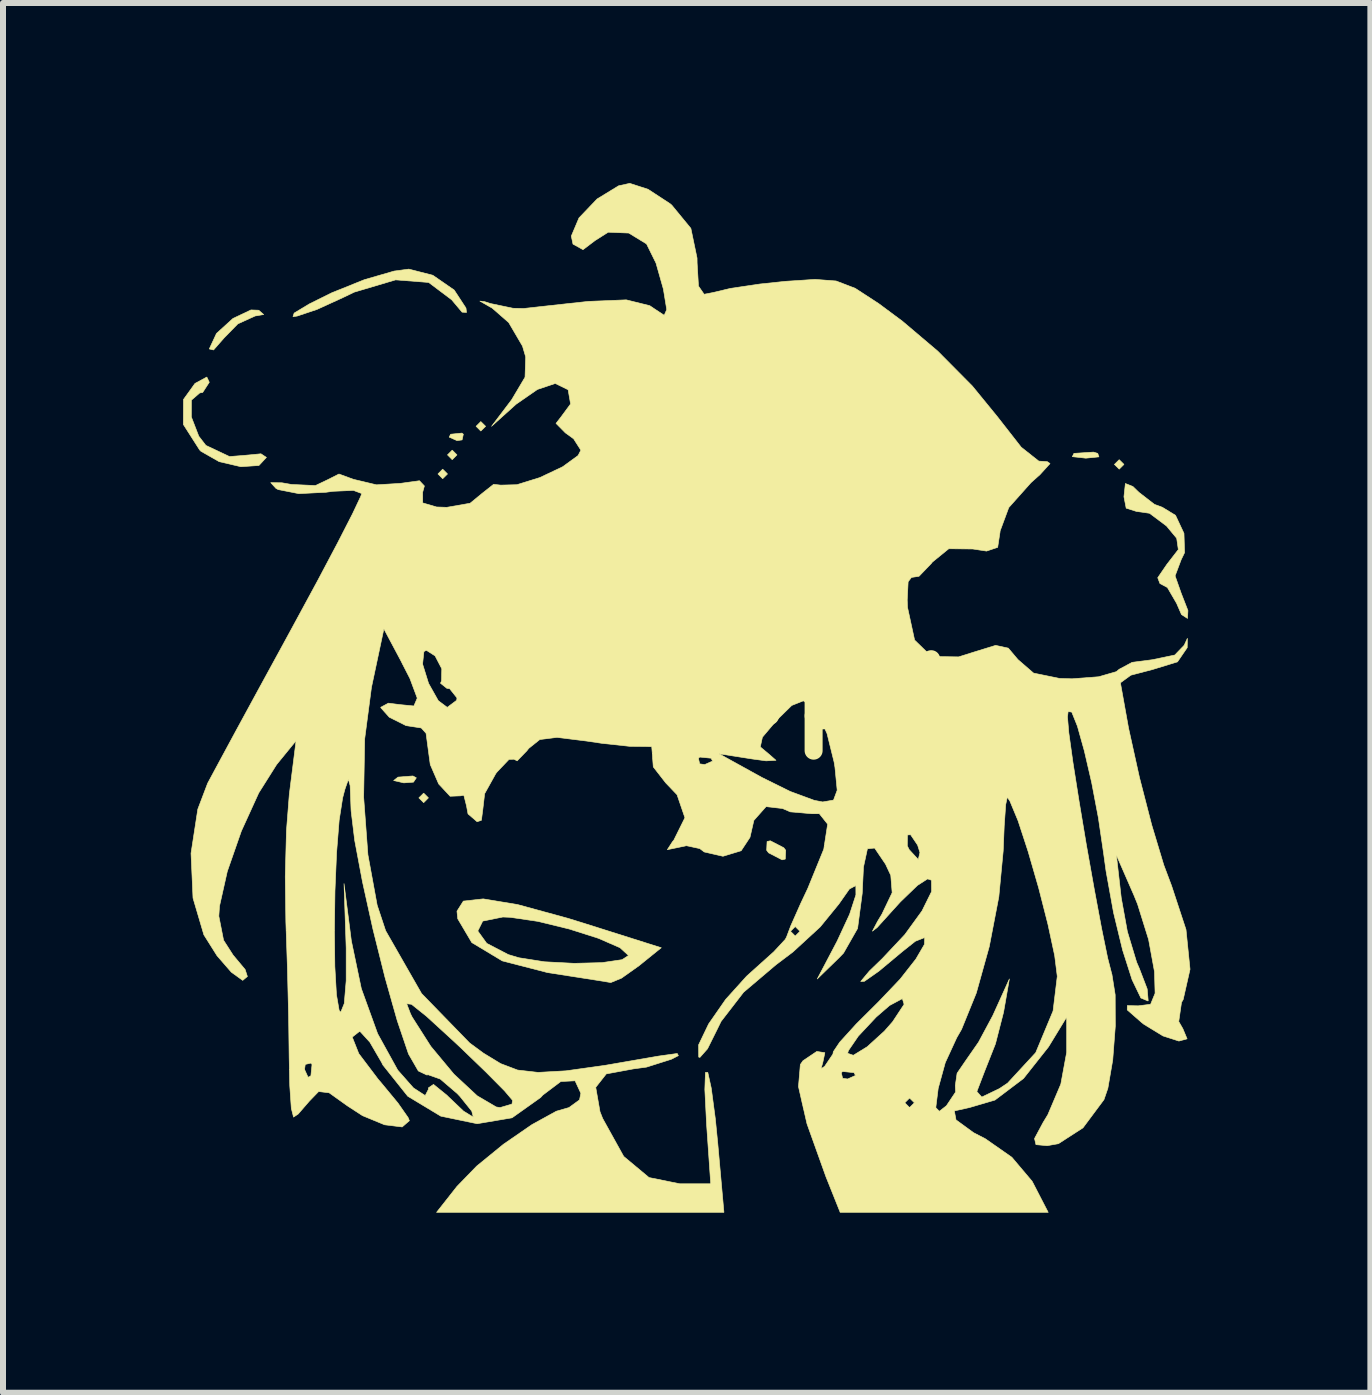
<source format=kicad_pcb>
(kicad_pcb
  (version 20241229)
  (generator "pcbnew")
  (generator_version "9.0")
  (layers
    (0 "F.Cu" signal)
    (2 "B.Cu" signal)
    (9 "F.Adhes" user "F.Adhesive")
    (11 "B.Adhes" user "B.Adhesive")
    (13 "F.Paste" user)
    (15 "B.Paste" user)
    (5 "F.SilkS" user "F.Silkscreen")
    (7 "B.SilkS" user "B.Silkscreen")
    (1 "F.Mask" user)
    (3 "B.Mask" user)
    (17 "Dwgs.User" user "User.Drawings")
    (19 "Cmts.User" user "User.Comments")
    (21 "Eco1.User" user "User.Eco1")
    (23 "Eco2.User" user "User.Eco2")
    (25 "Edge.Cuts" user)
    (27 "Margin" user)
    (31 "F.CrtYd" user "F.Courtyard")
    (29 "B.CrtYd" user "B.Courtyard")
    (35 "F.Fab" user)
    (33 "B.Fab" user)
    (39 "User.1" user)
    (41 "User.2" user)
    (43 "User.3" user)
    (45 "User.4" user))
  (footprint "Sheepy"
    (layer "F.Cu")
    (at 8.692 8.26)
    (property "Reference" "Sheepy" (at 0 0 0) (layer "F.SilkS") (effects (font (size 1.524 1.524) (thickness 0.3))))
    (attr through_hole)
    (fp_poly (pts (xy -4.604 1.984) (xy -4.683 2.064) (xy -4.763 1.984) (xy -4.683 1.905) (xy -4.604 1.984)) (stroke (width 0.01) (type solid)) (fill yes) (layer "F.SilkS"))
    (fp_poly (pts (xy -4.286 -3.413) (xy -4.366 -3.334) (xy -4.445 -3.413) (xy -4.366 -3.493) (xy -4.286 -3.413)) (stroke (width 0.01) (type solid)) (fill yes) (layer "F.SilkS"))
    (fp_poly (pts (xy -4.128 -3.731) (xy -4.207 -3.651) (xy -4.286 -3.731) (xy -4.207 -3.81) (xy -4.128 -3.731)) (stroke (width 0.01) (type solid)) (fill yes) (layer "F.SilkS"))
    (fp_poly (pts (xy -3.651 -4.207) (xy -3.731 -4.128) (xy -3.81 -4.207) (xy -3.731 -4.286) (xy -3.651 -4.207)) (stroke (width 0.01) (type solid)) (fill yes) (layer "F.SilkS"))
    (fp_poly (pts (xy 6.985 -3.572) (xy 6.906 -3.493) (xy 6.826 -3.572) (xy 6.906 -3.651) (xy 6.985 -3.572)) (stroke (width 0.01) (type solid)) (fill yes) (layer "F.SilkS"))
    (fp_poly (pts (xy -4.805 1.65) (xy -4.853 1.722) (xy -5.014 1.734) (xy -5.183 1.695) (xy -5.11 1.638) (xy -4.862 1.619) (xy -4.805 1.65)) (stroke (width 0.01) (type solid)) (fill yes) (layer "F.SilkS"))
    (fp_poly (pts (xy -4.022 -4.075) (xy -4.043 -3.98) (xy -4.128 -3.969) (xy -4.258 -4.027) (xy -4.233 -4.075) (xy -4.045 -4.094) (xy -4.022 -4.075)) (stroke (width 0.01) (type solid)) (fill yes) (layer "F.SilkS"))
    (fp_poly (pts (xy 6.548 -3.756) (xy 6.568 -3.698) (xy 6.35 -3.676) (xy 6.125 -3.701) (xy 6.152 -3.756) (xy 6.477 -3.777) (xy 6.548 -3.756)) (stroke (width 0.01) (type solid)) (fill yes) (layer "F.SilkS"))
    (fp_poly (pts (xy 1.317 2.815) (xy 1.349 2.857) (xy 1.342 3.004) (xy 1.289 3.016) (xy 1.064 2.9) (xy 1.032 2.857) (xy 1.039 2.711) (xy 1.093 2.699) (xy 1.317 2.815)) (stroke (width 0.01) (type solid)) (fill yes) (layer "F.SilkS"))
    (fp_poly (pts (xy -7.431 -6.141) (xy -7.349 -6.069) (xy -7.492 -6.045) (xy -7.779 -5.914) (xy -8.008 -5.68) (xy -8.184 -5.479) (xy -8.255 -5.496) (xy -8.135 -5.754) (xy -7.86 -6.004) (xy -7.56 -6.146) (xy -7.431 -6.141)) (stroke (width 0.01) (type solid)) (fill yes) (layer "F.SilkS"))
    (fp_poly (pts (xy -4.531 -6.724) (xy -4.174 -6.477) (xy -3.978 -6.177) (xy -3.969 -6.104) (xy -4.043 -6.109) (xy -4.216 -6.315) (xy -4.6 -6.604) (xy -5.151 -6.647) (xy -5.838 -6.443) (xy -6.032 -6.35) (xy -6.461 -6.154) (xy -6.79 -6.044) (xy -6.86 -6.034) (xy -6.841 -6.093) (xy -6.588 -6.246) (xy -6.215 -6.431) (xy -5.671 -6.65) (xy -5.173 -6.794) (xy -4.93 -6.826) (xy -4.531 -6.724)) (stroke (width 0.01) (type solid)) (fill yes) (layer "F.SilkS"))
    (fp_poly (pts (xy -8.255 -4.941) (xy -8.365 -4.771) (xy -8.414 -4.763) (xy -8.553 -4.643) (xy -8.554 -4.363) (xy -8.43 -4.042) (xy -8.312 -3.889) (xy -7.918 -3.703) (xy -7.677 -3.722) (xy -7.394 -3.749) (xy -7.303 -3.689) (xy -7.428 -3.554) (xy -7.729 -3.534) (xy -8.09 -3.618) (xy -8.394 -3.791) (xy -8.415 -3.812) (xy -8.687 -4.238) (xy -8.685 -4.654) (xy -8.493 -4.921) (xy -8.296 -5.028) (xy -8.255 -4.941)) (stroke (width 0.01) (type solid)) (fill yes) (layer "F.SilkS"))
    (fp_poly (pts (xy 7.134 -3.204) (xy 7.234 -3.107) (xy 7.492 -2.907) (xy 7.626 -2.857) (xy 7.844 -2.724) (xy 7.985 -2.423) (xy 7.995 -2.102) (xy 7.938 -1.984) (xy 7.837 -1.715) (xy 7.939 -1.425) (xy 8.051 -1.137) (xy 8.044 -1.006) (xy 7.944 -1.07) (xy 7.862 -1.258) (xy 7.709 -1.521) (xy 7.585 -1.587) (xy 7.548 -1.684) (xy 7.699 -1.905) (xy 7.891 -2.153) (xy 7.864 -2.341) (xy 7.694 -2.546) (xy 7.411 -2.758) (xy 7.193 -2.789) (xy 7.022 -2.843) (xy 6.985 -3.033) (xy 7.009 -3.254) (xy 7.134 -3.204)) (stroke (width 0.01) (type solid)) (fill yes) (layer "F.SilkS"))
    (fp_poly (pts (xy -3.117 3.762) (xy -2.279 3.991) (xy -2.037 4.066) (xy -0.724 4.481) (xy -1.094 4.78) (xy -1.387 4.988) (xy -1.565 5.061) (xy -1.765 5.028) (xy -2.181 4.963) (xy -2.619 4.895) (xy -3.373 4.7) (xy -3.881 4.395) (xy -3.995 4.202) (xy -3.781 4.202) (xy -3.632 4.408) (xy -3.273 4.595) (xy -3.096 4.648) (xy -2.67 4.715) (xy -2.175 4.741) (xy -1.711 4.729) (xy -1.377 4.68) (xy -1.27 4.61) (xy -1.411 4.481) (xy -1.771 4.324) (xy -2.258 4.169) (xy -2.778 4.042) (xy -3.239 3.974) (xy -3.363 3.969) (xy -3.699 4.037) (xy -3.781 4.202) (xy -3.995 4.202) (xy -4.115 3.999) (xy -4.128 3.872) (xy -4.022 3.704) (xy -3.691 3.667) (xy -3.117 3.762)) (stroke (width 0.01) (type solid)) (fill yes) (layer "F.SilkS"))
    (fp_poly (pts (xy -0.944 -8.156) (xy -0.577 -7.916) (xy -0.549 -7.892) (xy -0.231 -7.505) (xy -0.128 -7.01) (xy -0.127 -6.929) (xy -0.104 -6.543) (xy -0.01 -6.407) (xy 0.135 -6.435) (xy 0.43 -6.505) (xy 0.92 -6.578) (xy 1.349 -6.623) (xy 1.839 -6.655) (xy 2.19 -6.628) (xy 2.508 -6.506) (xy 2.897 -6.253) (xy 3.294 -5.958) (xy 3.883 -5.459) (xy 4.458 -4.879) (xy 4.874 -4.37) (xy 5.273 -3.859) (xy 5.566 -3.627) (xy 5.708 -3.618) (xy 5.753 -3.586) (xy 5.586 -3.402) (xy 5.437 -3.269) (xy 5.066 -2.853) (xy 4.921 -2.462) (xy 4.921 -2.45) (xy 4.881 -2.19) (xy 4.695 -2.128) (xy 4.465 -2.163) (xy 4.066 -2.167) (xy 3.792 -1.944) (xy 3.776 -1.922) (xy 3.57 -1.708) (xy 3.444 -1.689) (xy 3.389 -1.616) (xy 3.374 -1.313) (xy 3.379 -1.189) (xy 3.497 -0.645) (xy 3.778 -0.372) (xy 4.23 -0.365) (xy 4.481 -0.444) (xy 4.847 -0.557) (xy 5.058 -0.511) (xy 5.218 -0.321) (xy 5.479 -0.095) (xy 5.913 -0.006) (xy 6.122 0) (xy 6.564 -0.034) (xy 6.858 -0.119) (xy 6.906 -0.159) (xy 7.121 -0.274) (xy 7.459 -0.318) (xy 7.832 -0.396) (xy 7.989 -0.559) (xy 8.042 -0.674) (xy 8.039 -0.519) (xy 7.877 -0.282) (xy 7.459 -0.154) (xy 7.1 -0.06) (xy 6.931 0.063) (xy 6.929 0.084) (xy 7.062 0.824) (xy 7.243 1.643) (xy 7.448 2.437) (xy 7.648 3.101) (xy 7.779 3.45) (xy 8.019 4.179) (xy 8.086 4.84) (xy 7.972 5.344) (xy 7.944 5.392) (xy 7.898 5.711) (xy 7.966 5.829) (xy 8.037 5.999) (xy 7.901 6.036) (xy 7.636 5.951) (xy 7.318 5.757) (xy 7.28 5.727) (xy 7.04 5.517) (xy 7.041 5.445) (xy 7.223 5.449) (xy 7.429 5.423) (xy 7.504 5.24) (xy 7.494 4.88) (xy 7.396 4.345) (xy 7.212 3.755) (xy 7.153 3.61) (xy 6.859 2.937) (xy 6.94 3.651) (xy 7.042 4.212) (xy 7.196 4.722) (xy 7.242 4.828) (xy 7.372 5.167) (xy 7.389 5.363) (xy 7.385 5.368) (xy 7.267 5.318) (xy 7.121 5.015) (xy 6.963 4.521) (xy 6.812 3.897) (xy 6.687 3.205) (xy 6.646 2.908) (xy 6.559 2.316) (xy 6.447 1.728) (xy 6.325 1.201) (xy 6.21 0.79) (xy 6.115 0.554) (xy 6.055 0.547) (xy 6.044 0.635) (xy 6.066 0.897) (xy 6.135 1.392) (xy 6.238 2.044) (xy 6.36 2.774) (xy 6.49 3.504) (xy 6.612 4.157) (xy 6.714 4.654) (xy 6.782 4.918) (xy 6.784 4.921) (xy 6.839 5.266) (xy 6.841 5.788) (xy 6.798 6.352) (xy 6.717 6.823) (xy 6.652 7.012) (xy 6.302 7.482) (xy 5.893 7.746) (xy 5.706 7.779) (xy 5.519 7.762) (xy 5.495 7.66) (xy 5.638 7.393) (xy 5.717 7.263) (xy 5.933 6.754) (xy 6.031 6.222) (xy 6.031 6.191) (xy 6.031 5.636) (xy 5.728 6.133) (xy 5.311 6.66) (xy 4.836 7.019) (xy 4.41 7.144) (xy 4.159 7.2) (xy 4.187 7.349) (xy 4.48 7.563) (xy 4.676 7.664) (xy 5.117 7.972) (xy 5.454 8.371) (xy 5.474 8.408) (xy 5.723 8.89) (xy 2.257 8.89) (xy 2.019 8.295) (xy 1.704 7.415) (xy 1.642 7.145) (xy 3.85 7.145) (xy 3.909 7.206) (xy 4.027 7.114) (xy 4.18 6.885) (xy 4.175 6.777) (xy 4.205 6.572) (xy 4.336 6.38) (xy 4.562 6.055) (xy 4.799 5.613) (xy 4.825 5.556) (xy 5.076 5.001) (xy 4.979 5.556) (xy 4.844 6.082) (xy 4.66 6.548) (xy 4.534 6.877) (xy 4.616 6.969) (xy 4.91 6.828) (xy 5.046 6.737) (xy 5.515 6.229) (xy 5.804 5.535) (xy 5.874 4.957) (xy 5.831 4.613) (xy 5.719 4.092) (xy 5.564 3.484) (xy 5.389 2.879) (xy 5.221 2.366) (xy 5.084 2.036) (xy 5.041 1.973) (xy 5.015 2.095) (xy 4.99 2.451) (xy 4.973 2.868) (xy 4.9 3.634) (xy 4.741 4.461) (xy 4.525 5.235) (xy 4.279 5.841) (xy 4.199 5.98) (xy 4.008 6.395) (xy 3.89 6.824) (xy 3.85 7.145) (xy 1.642 7.145) (xy 1.623 7.064) (xy 3.334 7.064) (xy 3.413 7.144) (xy 3.493 7.064) (xy 3.413 6.985) (xy 3.334 7.064) (xy 1.623 7.064) (xy 1.562 6.794) (xy 1.582 6.562) (xy 2.275 6.562) (xy 2.297 6.656) (xy 2.381 6.668) (xy 2.512 6.609) (xy 2.487 6.562) (xy 2.299 6.543) (xy 2.275 6.562) (xy 1.582 6.562) (xy 1.593 6.427) (xy 1.636 6.365) (xy 1.867 6.209) (xy 2.002 6.23) (xy 1.968 6.39) (xy 1.937 6.499) (xy 1.999 6.456) (xy 2.136 6.253) (xy 2.138 6.24) (xy 2.381 6.24) (xy 2.476 6.273) (xy 2.707 6.131) (xy 2.993 5.871) (xy 3.13 5.715) (xy 3.322 5.424) (xy 3.293 5.329) (xy 3.08 5.443) (xy 2.857 5.636) (xy 2.559 5.954) (xy 2.394 6.195) (xy 2.381 6.24) (xy 2.138 6.24) (xy 2.143 6.213) (xy 2.249 6.055) (xy 2.527 5.749) (xy 2.897 5.381) (xy 3.256 5.004) (xy 3.518 4.67) (xy 3.661 4.425) (xy 3.665 4.311) (xy 3.509 4.373) (xy 3.294 4.544) (xy 2.902 4.871) (xy 2.661 5.04) (xy 2.599 5.043) (xy 2.743 4.87) (xy 2.959 4.661) (xy 3.334 4.262) (xy 3.62 3.868) (xy 3.78 3.545) (xy 3.778 3.356) (xy 3.713 3.334) (xy 3.545 3.442) (xy 3.261 3.716) (xy 3.139 3.85) (xy 2.873 4.144) (xy 2.794 4.205) (xy 2.88 4.041) (xy 2.952 3.922) (xy 3.123 3.564) (xy 3.1 3.275) (xy 3.013 3.089) (xy 2.831 2.82) (xy 2.711 2.832) (xy 2.645 3.137) (xy 2.624 3.576) (xy 2.547 4.159) (xy 2.313 4.57) (xy 2.243 4.643) (xy 1.875 5.001) (xy 2.208 4.368) (xy 2.414 3.923) (xy 2.519 3.6) (xy 2.518 3.445) (xy 2.411 3.502) (xy 2.234 3.754) (xy 1.924 4.134) (xy 1.468 4.553) (xy 1.187 4.765) (xy 0.648 5.222) (xy 0.272 5.709) (xy 0.213 5.83) (xy 0.047 6.164) (xy -0.08 6.308) (xy -0.1 6.303) (xy -0.102 6.099) (xy 0.065 5.751) (xy 0.349 5.342) (xy 0.697 4.956) (xy 0.828 4.838) (xy 1.151 4.548) (xy 1.342 4.342) (xy 1.363 4.303) (xy 1.399 4.207) (xy 1.429 4.207) (xy 1.508 4.286) (xy 1.587 4.207) (xy 1.508 4.128) (xy 1.429 4.207) (xy 1.399 4.207) (xy 1.434 4.115) (xy 1.599 3.743) (xy 1.717 3.493) (xy 1.984 2.838) (xy 1.992 2.783) (xy 3.375 2.783) (xy 3.407 2.847) (xy 3.558 3.011) (xy 3.586 2.895) (xy 3.547 2.771) (xy 3.43 2.598) (xy 3.378 2.602) (xy 3.375 2.783) (xy 1.992 2.783) (xy 2.048 2.422) (xy 1.91 2.248) (xy 1.786 2.248) (xy 1.426 2.217) (xy 1.296 2.161) (xy 1.022 2.13) (xy 0.819 2.359) (xy 0.754 2.642) (xy 0.607 2.865) (xy 0.304 2.957) (xy -0.009 2.885) (xy -0.082 2.829) (xy -0.305 2.781) (xy -0.452 2.812) (xy -0.623 2.847) (xy -0.535 2.711) (xy -0.516 2.69) (xy -0.33 2.315) (xy -0.461 1.932) (xy -0.65 1.734) (xy -0.857 1.468) (xy -0.868 1.323) (xy -0.106 1.323) (xy -0.084 1.417) (xy 0 1.429) (xy 0.131 1.371) (xy 0.106 1.323) (xy -0.083 1.304) (xy -0.106 1.323) (xy -0.868 1.323) (xy -0.872 1.268) (xy -0.873 1.249) (xy 0.238 1.249) (xy 0.953 1.644) (xy 1.424 1.877) (xy 1.825 2.025) (xy 1.965 2.052) (xy 2.146 2.021) (xy 2.207 1.857) (xy 2.17 1.476) (xy 2.156 1.389) (xy 2.038 0.913) (xy 1.874 0.552) (xy 1.823 0.487) (xy 1.643 0.367) (xy 1.45 0.444) (xy 1.206 0.683) (xy 0.961 0.973) (xy 0.926 1.135) (xy 1.08 1.264) (xy 1.081 1.265) (xy 1.187 1.358) (xy 1.022 1.367) (xy 0.794 1.336) (xy 0.238 1.249) (xy -0.873 1.249) (xy -0.883 1.131) (xy -0.976 1.128) (xy -1.251 1.125) (xy -1.707 1.076) (xy -1.97 1.037) (xy -2.461 0.976) (xy -2.748 1.012) (xy -2.933 1.16) (xy -2.963 1.199) (xy -3.125 1.367) (xy -3.179 1.34) (xy -3.261 1.343) (xy -3.458 1.55) (xy -3.48 1.578) (xy -3.667 1.914) (xy -3.697 2.173) (xy -3.721 2.358) (xy -3.793 2.381) (xy -3.944 2.251) (xy -3.969 2.117) (xy -4.014 1.939) (xy -4.067 1.95) (xy -4.242 1.957) (xy -4.433 1.752) (xy -4.573 1.429) (xy -4.604 1.202) (xy -4.643 0.908) (xy -4.723 0.819) (xy -4.977 0.78) (xy -5.256 0.64) (xy -5.397 0.482) (xy -5.397 0.474) (xy -5.271 0.406) (xy -5.08 0.43) (xy -4.846 0.453) (xy -4.79 0.322) (xy -4.912 -0.005) (xy -5.035 -0.245) (xy -4.701 -0.245) (xy -4.601 0.077) (xy -4.439 0.365) (xy -4.29 0.476) (xy -4.133 0.358) (xy -4.128 0.318) (xy -4.25 0.165) (xy -4.296 0.159) (xy -4.402 0.074) (xy -4.385 0.032) (xy -4.383 -0.079) (xy 1.746 -0.079) (xy 1.826 0) (xy 1.905 -0.079) (xy 1.826 -0.159) (xy 1.746 -0.079) (xy -4.383 -0.079) (xy -4.381 -0.167) (xy -4.493 -0.382) (xy -4.638 -0.475) (xy -4.679 -0.454) (xy -4.701 -0.245) (xy -5.035 -0.245) (xy -5.061 -0.297) (xy -5.346 -0.832) (xy -5.553 0.143) (xy -5.666 1.003) (xy -5.683 1.971) (xy -5.612 2.932) (xy -5.458 3.772) (xy -5.317 4.197) (xy -4.718 5.244) (xy -3.917 6.068) (xy -3.686 6.238) (xy -3.4 6.412) (xy -3.118 6.519) (xy -2.777 6.558) (xy -2.312 6.532) (xy -1.663 6.441) (xy -0.767 6.286) (xy -0.458 6.243) (xy -0.439 6.279) (xy -0.556 6.339) (xy -0.97 6.47) (xy -1.191 6.5) (xy -1.64 6.583) (xy -1.816 6.807) (xy -1.745 7.213) (xy -1.701 7.325) (xy -1.35 7.958) (xy -0.928 8.31) (xy -0.415 8.414) (xy 0.1 8.414) (xy 0.031 7.422) (xy 0.002 6.842) (xy 0.012 6.559) (xy 0.051 6.558) (xy 0.109 6.821) (xy 0.177 7.334) (xy 0.217 7.739) (xy 0.32 8.89) (xy -4.468 8.89) (xy -4.128 8.458) (xy -3.8 8.12) (xy -3.353 7.755) (xy -2.88 7.429) (xy -2.473 7.205) (xy -2.262 7.144) (xy -2.086 7.016) (xy -2.064 6.906) (xy -2.16 6.698) (xy -2.398 6.71) (xy -2.698 6.936) (xy -2.734 6.976) (xy -3.211 7.315) (xy -3.792 7.413) (xy -4.398 7.287) (xy -4.948 6.955) (xy -5.363 6.434) (xy -5.383 6.393) (xy -5.58 6.054) (xy -5.737 5.882) (xy -5.755 5.877) (xy -5.873 5.97) (xy -5.764 6.245) (xy -5.438 6.676) (xy -5.397 6.723) (xy -5.112 7.068) (xy -4.942 7.311) (xy -4.921 7.363) (xy -5.041 7.467) (xy -5.334 7.431) (xy -5.702 7.279) (xy -5.953 7.116) (xy -6.258 6.898) (xy -6.433 6.877) (xy -6.587 7.036) (xy -6.774 7.252) (xy -6.851 7.303) (xy -6.888 7.158) (xy -6.914 6.781) (xy -6.92 6.509) (xy -6.668 6.509) (xy -6.609 6.639) (xy -6.562 6.615) (xy -6.543 6.426) (xy -6.562 6.403) (xy -6.656 6.425) (xy -6.668 6.509) (xy -6.92 6.509) (xy -6.924 6.31) (xy -6.933 5.634) (xy -6.953 4.818) (xy -6.974 4.192) (xy -6.17 4.192) (xy -6.163 4.794) (xy -6.136 5.264) (xy -6.091 5.526) (xy -6.065 5.556) (xy -6.006 5.411) (xy -5.974 5.031) (xy -5.974 4.497) (xy -5.974 4.485) (xy -6.01 3.413) (xy -5.888 4.366) (xy -5.722 5.161) (xy -5.45 5.913) (xy -5.115 6.52) (xy -4.853 6.817) (xy -4.657 6.944) (xy -4.604 6.841) (xy -4.604 6.816) (xy -4.519 6.758) (xy -4.293 6.941) (xy -4.28 6.955) (xy -4.019 7.203) (xy -3.856 7.303) (xy -3.882 7.203) (xy -4.077 6.96) (xy -4.123 6.911) (xy -4.406 6.669) (xy -4.612 6.596) (xy -4.627 6.603) (xy -4.772 6.534) (xy -4.934 6.253) (xy -4.939 6.24) (xy -5.123 5.696) (xy -5.203 5.414) (xy -4.966 5.414) (xy -4.902 5.582) (xy -4.875 5.636) (xy -4.564 6.124) (xy -4.179 6.587) (xy -3.791 6.948) (xy -3.474 7.134) (xy -3.409 7.144) (xy -3.212 7.086) (xy -3.201 7.024) (xy -3.335 6.866) (xy -3.644 6.554) (xy -4.066 6.147) (xy -4.189 6.032) (xy -4.636 5.623) (xy -4.886 5.423) (xy -4.966 5.414) (xy -5.203 5.414) (xy -5.327 4.975) (xy -5.528 4.171) (xy -5.703 3.379) (xy -5.832 2.693) (xy -5.891 2.208) (xy -5.893 2.178) (xy -5.908 1.78) (xy -5.937 1.675) (xy -5.995 1.84) (xy -6.033 1.984) (xy -6.091 2.355) (xy -6.134 2.897) (xy -6.161 3.535) (xy -6.17 4.192) (xy -6.974 4.192) (xy -6.979 4.048) (xy -6.989 3.296) (xy -6.969 2.532) (xy -6.921 1.919) (xy -6.919 1.905) (xy -6.809 1.032) (xy -7.133 1.429) (xy -7.431 1.902) (xy -7.721 2.538) (xy -7.955 3.209) (xy -8.085 3.788) (xy -8.096 3.955) (xy -8.017 4.356) (xy -7.858 4.604) (xy -7.658 4.843) (xy -7.62 4.96) (xy -7.698 5.025) (xy -7.888 4.888) (xy -8.126 4.614) (xy -8.345 4.266) (xy -8.526 3.653) (xy -8.559 2.907) (xy -8.446 2.172) (xy -8.282 1.74) (xy -8.101 1.404) (xy -7.805 0.856) (xy -7.428 0.163) (xy -7.007 -0.608) (xy -6.853 -0.891) (xy -6.454 -1.627) (xy -6.117 -2.264) (xy -5.867 -2.752) (xy -5.732 -3.038) (xy -5.715 -3.087) (xy -5.853 -3.139) (xy -6.195 -3.124) (xy -6.31 -3.108) (xy -6.763 -3.085) (xy -7.107 -3.153) (xy -7.144 -3.173) (xy -7.231 -3.268) (xy -7.045 -3.266) (xy -6.885 -3.238) (xy -6.486 -3.22) (xy -6.28 -3.318) (xy -6.094 -3.412) (xy -5.855 -3.324) (xy -5.469 -3.232) (xy -5.071 -3.256) (xy -4.753 -3.3) (xy -4.671 -3.213) (xy -4.7 -3.108) (xy -4.699 -2.931) (xy -4.469 -2.863) (xy -4.298 -2.857) (xy -3.909 -2.925) (xy -3.713 -3.086) (xy -3.518 -3.24) (xy -3.399 -3.227) (xy -3.13 -3.234) (xy -2.747 -3.353) (xy -2.367 -3.533) (xy -2.11 -3.72) (xy -2.064 -3.81) (xy -2.185 -3.999) (xy -2.322 -4.098) (xy -2.478 -4.256) (xy -2.402 -4.353) (xy -2.235 -4.579) (xy -2.276 -4.816) (xy -2.49 -4.921) (xy -2.788 -4.821) (xy -3.14 -4.577) (xy -3.155 -4.564) (xy -3.552 -4.207) (xy -3.216 -4.651) (xy -2.994 -5.025) (xy -2.983 -5.363) (xy -3.036 -5.543) (xy -3.266 -5.936) (xy -3.541 -6.176) (xy -3.746 -6.293) (xy -3.671 -6.285) (xy -3.572 -6.253) (xy -3.195 -6.174) (xy -3.016 -6.17) (xy -2.729 -6.202) (xy -2.255 -6.254) (xy -1.94 -6.288) (xy -1.308 -6.314) (xy -0.916 -6.217) (xy -0.842 -6.167) (xy -0.675 -6.057) (xy -0.633 -6.152) (xy -0.689 -6.494) (xy -0.812 -6.927) (xy -0.965 -7.237) (xy -0.973 -7.248) (xy -1.266 -7.427) (xy -1.608 -7.441) (xy -1.826 -7.303) (xy -2.028 -7.15) (xy -2.195 -7.243) (xy -2.223 -7.376) (xy -2.095 -7.679) (xy -1.793 -7.995) (xy -1.435 -8.214) (xy -1.249 -8.255) (xy -0.944 -8.156)) (stroke (width 0.01) (type solid)) (fill yes) (layer "F.SilkS")))
  (gr_rect
    (start -3 -3)
    (end 19.783 20.155)
    (stroke (width 0.1) (type default))
    (fill no)
    (layer "Edge.Cuts")))
</source>
